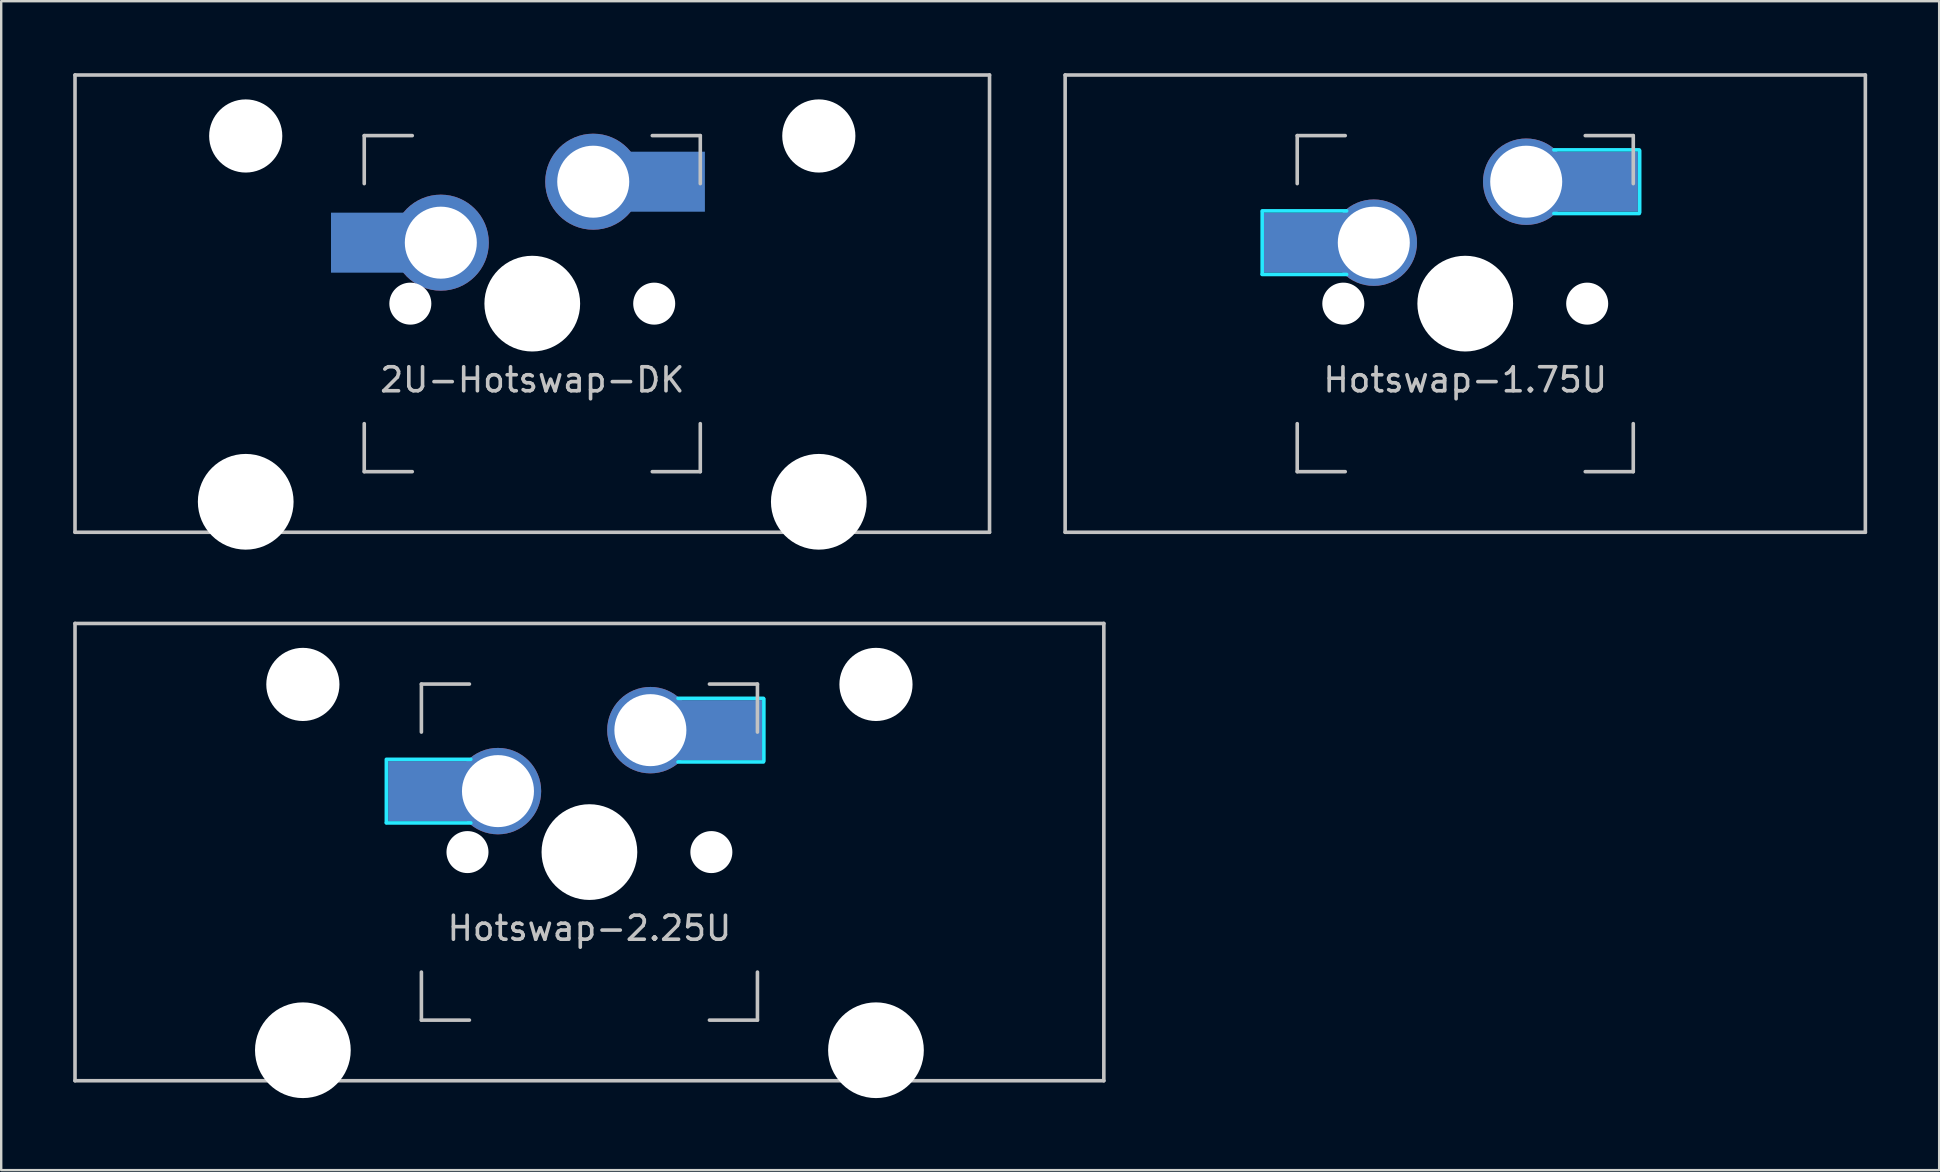
<source format=kicad_pcb>
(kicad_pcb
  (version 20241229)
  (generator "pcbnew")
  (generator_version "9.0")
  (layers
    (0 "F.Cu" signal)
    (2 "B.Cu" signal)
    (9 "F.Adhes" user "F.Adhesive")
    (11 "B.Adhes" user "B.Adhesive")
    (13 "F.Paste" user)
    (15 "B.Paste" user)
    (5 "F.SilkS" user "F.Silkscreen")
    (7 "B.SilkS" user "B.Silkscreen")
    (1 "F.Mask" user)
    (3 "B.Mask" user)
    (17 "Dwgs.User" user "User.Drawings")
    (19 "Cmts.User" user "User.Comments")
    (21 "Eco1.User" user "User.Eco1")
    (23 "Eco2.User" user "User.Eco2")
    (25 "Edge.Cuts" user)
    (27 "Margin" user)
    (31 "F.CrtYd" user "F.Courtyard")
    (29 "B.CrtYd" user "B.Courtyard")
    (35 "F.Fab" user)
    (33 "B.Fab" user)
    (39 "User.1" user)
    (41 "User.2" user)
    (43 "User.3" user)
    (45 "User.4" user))
  (footprint "2U-Hotswap-DK"
    (layer "F.Cu")
    (at 19.125 9.6)
    (property "Reference" "2U-Hotswap-DK" (at 0 3.175 0) (layer "Dwgs.User") (effects (font (size 1 1) (thickness 0.15))))
    (fp_line (start -19.05 -9.525) (end 19.05 -9.525) (stroke (width 0.15) (type solid)) (layer "Dwgs.User"))
    (fp_line (start -19.05 9.525) (end -19.05 -9.525) (stroke (width 0.15) (type solid)) (layer "Dwgs.User"))
    (fp_line (start -7 -7) (end -7 -5) (stroke (width 0.15) (type solid)) (layer "Dwgs.User"))
    (fp_line (start -7 5) (end -7 7) (stroke (width 0.15) (type solid)) (layer "Dwgs.User"))
    (fp_line (start -7 7) (end -5 7) (stroke (width 0.15) (type solid)) (layer "Dwgs.User"))
    (fp_line (start -5 -7) (end -7 -7) (stroke (width 0.15) (type solid)) (layer "Dwgs.User"))
    (fp_line (start 5 -7) (end 7 -7) (stroke (width 0.15) (type solid)) (layer "Dwgs.User"))
    (fp_line (start 5 7) (end 7 7) (stroke (width 0.15) (type solid)) (layer "Dwgs.User"))
    (fp_line (start 7 -7) (end 7 -5) (stroke (width 0.15) (type solid)) (layer "Dwgs.User"))
    (fp_line (start 7 7) (end 7 5) (stroke (width 0.15) (type solid)) (layer "Dwgs.User"))
    (fp_line (start 19.05 -9.525) (end 19.05 9.525) (stroke (width 0.15) (type solid)) (layer "Dwgs.User"))
    (fp_line (start 19.05 9.525) (end -19.05 9.525) (stroke (width 0.15) (type solid)) (layer "Dwgs.User"))
    (pad "" np_thru_hole circle (at -11.938 -6.985) (size 3.048 3.048) (drill 3.048) (layers "*.Cu" "*.Mask"))
    (pad "" np_thru_hole circle (at -11.938 8.255) (size 3.988 3.988) (drill 3.988) (layers "*.Cu" "*.Mask"))
    (pad "" smd rect (at -7.085 -2.54) (size 2.55 2.5) (layers "B.Mask" "B.Paste"))
    (pad "" np_thru_hole circle (at -5.08 0 48.1) (size 1.75 1.75) (drill 1.75) (layers "*.Cu" "*.Mask"))
    (pad "" np_thru_hole circle (at 0 0) (size 3.988 3.988) (drill 3.988) (layers "*.Cu" "*.Mask"))
    (pad "" np_thru_hole circle (at 5.08 0 48.1) (size 1.75 1.75) (drill 1.75) (layers "*.Cu" "*.Mask"))
    (pad "" smd rect (at 5.842 -5.08) (size 2.55 2.5) (layers "B.Mask" "B.Paste"))
    (pad "" np_thru_hole circle (at 11.938 -6.985) (size 3.048 3.048) (drill 3.048) (layers "*.Cu" "*.Mask"))
    (pad "" np_thru_hole circle (at 11.938 8.255) (size 3.988 3.988) (drill 3.988) (layers "*.Cu" "*.Mask"))
    (pad "1" thru_hole circle (at 2.54 -5.08) (size 4 4) (drill 3) (layers "*.Cu"))
    (pad "1" smd rect (at 5.442 -5.08) (size 3.5 2.5) (layers "B.Cu"))
    (pad "2" smd rect (at -6.635 -2.54) (size 3.5 2.5) (layers "B.Cu"))
    (pad "2" thru_hole circle (at -3.81 -2.54) (size 4 4) (drill 3) (layers "*.Cu")))
  (footprint "Hotswap-2.25U"
    (layer "F.Cu")
    (at 21.506 32.449)
    (property "Reference" "Hotswap-2.25U" (at 0 3.175 0) (layer "Dwgs.User") (effects (font (size 1 1) (thickness 0.15))))
    (fp_line (start -21.431 -9.525) (end 21.431 -9.525) (stroke (width 0.15) (type solid)) (layer "Dwgs.User"))
    (fp_line (start -21.431 9.525) (end -21.431 -9.525) (stroke (width 0.15) (type solid)) (layer "Dwgs.User"))
    (fp_line (start -7 -7) (end -7 -5) (stroke (width 0.15) (type solid)) (layer "Dwgs.User"))
    (fp_line (start -7 5) (end -7 7) (stroke (width 0.15) (type solid)) (layer "Dwgs.User"))
    (fp_line (start -7 7) (end -5 7) (stroke (width 0.15) (type solid)) (layer "Dwgs.User"))
    (fp_line (start -5 -7) (end -7 -7) (stroke (width 0.15) (type solid)) (layer "Dwgs.User"))
    (fp_line (start 5 -7) (end 7 -7) (stroke (width 0.15) (type solid)) (layer "Dwgs.User"))
    (fp_line (start 5 7) (end 7 7) (stroke (width 0.15) (type solid)) (layer "Dwgs.User"))
    (fp_line (start 7 -7) (end 7 -5) (stroke (width 0.15) (type solid)) (layer "Dwgs.User"))
    (fp_line (start 7 7) (end 7 5) (stroke (width 0.15) (type solid)) (layer "Dwgs.User"))
    (fp_line (start 21.431 -9.525) (end 21.431 9.525) (stroke (width 0.15) (type solid)) (layer "Dwgs.User"))
    (fp_line (start 21.431 9.525) (end -21.431 9.525) (stroke (width 0.15) (type solid)) (layer "Dwgs.User"))
    (fp_line (start -8.46 -3.81) (end -8.46 -1.23) (stroke (width 0.15) (type solid)) (layer "B.CrtYd"))
    (fp_line (start -4.942 -3.865) (end -8.46 -3.865) (stroke (width 0.15) (type solid)) (layer "B.CrtYd"))
    (fp_line (start -4.942 -1.215) (end -8.46 -1.215) (stroke (width 0.15) (type solid)) (layer "B.CrtYd"))
    (fp_line (start 7.25 -6.405) (end 3.692 -6.405) (stroke (width 0.15) (type solid)) (layer "B.CrtYd"))
    (fp_line (start 7.25 -3.755) (end 3.692 -3.755) (stroke (width 0.15) (type solid)) (layer "B.CrtYd"))
    (fp_line (start 7.267 -6.375) (end 7.267 -3.8) (stroke (width 0.15) (type solid)) (layer "B.CrtYd"))
    (pad "" np_thru_hole circle (at -11.938 -6.985) (size 3.048 3.048) (drill 3.048) (layers "*.Cu" "*.Mask"))
    (pad "" np_thru_hole circle (at -11.938 8.255) (size 3.988 3.988) (drill 3.988) (layers "*.Cu" "*.Mask"))
    (pad "" np_thru_hole circle (at -5.08 0 48.1) (size 1.75 1.75) (drill 1.75) (layers "*.Cu" "*.Mask"))
    (pad "" np_thru_hole circle (at 0 0) (size 3.988 3.988) (drill 3.988) (layers "*.Cu" "*.Mask"))
    (pad "" np_thru_hole circle (at 5.08 0 48.1) (size 1.75 1.75) (drill 1.75) (layers "*.Cu" "*.Mask"))
    (pad "" np_thru_hole circle (at 11.938 -6.985) (size 3.048 3.048) (drill 3.048) (layers "*.Cu" "*.Mask"))
    (pad "" np_thru_hole circle (at 11.938 8.255) (size 3.988 3.988) (drill 3.988) (layers "*.Cu" "*.Mask"))
    (pad "1" thru_hole circle (at 2.54 -5.08) (size 3.6 3.6) (drill 3) (layers "*.Cu" "*.Mask"))
    (pad "1" smd rect (at 5.442 -5.08) (size 3.5 2.5) (layers "B.Cu" "B.Mask" "B.Paste"))
    (pad "2" smd rect (at -6.635 -2.54) (size 3.5 2.5) (layers "B.Cu" "B.Mask" "B.Paste"))
    (pad "2" thru_hole circle (at -3.81 -2.54) (size 3.6 3.6) (drill 3) (layers "*.Cu" "*.Mask")))
  (footprint "Hotswap-1.75U"
    (layer "F.Cu")
    (at 57.994 9.6)
    (property "Reference" "Hotswap-1.75U" (at 0 3.175 0) (layer "Dwgs.User") (effects (font (size 1 1) (thickness 0.15))))
    (fp_line (start -16.669 -9.525) (end 16.669 -9.525) (stroke (width 0.15) (type solid)) (layer "Dwgs.User"))
    (fp_line (start -16.669 9.525) (end -16.669 -9.525) (stroke (width 0.15) (type solid)) (layer "Dwgs.User"))
    (fp_line (start -7 -7) (end -7 -5) (stroke (width 0.15) (type solid)) (layer "Dwgs.User"))
    (fp_line (start -7 5) (end -7 7) (stroke (width 0.15) (type solid)) (layer "Dwgs.User"))
    (fp_line (start -7 7) (end -5 7) (stroke (width 0.15) (type solid)) (layer "Dwgs.User"))
    (fp_line (start -5 -7) (end -7 -7) (stroke (width 0.15) (type solid)) (layer "Dwgs.User"))
    (fp_line (start 5 -7) (end 7 -7) (stroke (width 0.15) (type solid)) (layer "Dwgs.User"))
    (fp_line (start 5 7) (end 7 7) (stroke (width 0.15) (type solid)) (layer "Dwgs.User"))
    (fp_line (start 7 -7) (end 7 -5) (stroke (width 0.15) (type solid)) (layer "Dwgs.User"))
    (fp_line (start 7 7) (end 7 5) (stroke (width 0.15) (type solid)) (layer "Dwgs.User"))
    (fp_line (start 16.669 -9.525) (end 16.669 9.525) (stroke (width 0.15) (type solid)) (layer "Dwgs.User"))
    (fp_line (start 16.669 9.525) (end -16.669 9.525) (stroke (width 0.15) (type solid)) (layer "Dwgs.User"))
    (fp_line (start -8.46 -3.81) (end -8.46 -1.23) (stroke (width 0.15) (type solid)) (layer "B.CrtYd"))
    (fp_line (start -4.942 -3.865) (end -8.46 -3.865) (stroke (width 0.15) (type solid)) (layer "B.CrtYd"))
    (fp_line (start -4.942 -1.215) (end -8.46 -1.215) (stroke (width 0.15) (type solid)) (layer "B.CrtYd"))
    (fp_line (start 7.25 -6.405) (end 3.692 -6.405) (stroke (width 0.15) (type solid)) (layer "B.CrtYd"))
    (fp_line (start 7.25 -3.755) (end 3.692 -3.755) (stroke (width 0.15) (type solid)) (layer "B.CrtYd"))
    (fp_line (start 7.267 -6.375) (end 7.267 -3.8) (stroke (width 0.15) (type solid)) (layer "B.CrtYd"))
    (pad "" np_thru_hole circle (at -5.08 0 48.1) (size 1.75 1.75) (drill 1.75) (layers "*.Cu" "*.Mask"))
    (pad "" np_thru_hole circle (at 0 0) (size 3.988 3.988) (drill 3.988) (layers "*.Cu" "*.Mask"))
    (pad "" np_thru_hole circle (at 5.08 0 48.1) (size 1.75 1.75) (drill 1.75) (layers "*.Cu" "*.Mask"))
    (pad "1" thru_hole circle (at 2.54 -5.08) (size 3.6 3.6) (drill 3) (layers "*.Cu" "*.Mask"))
    (pad "1" smd rect (at 5.442 -5.08) (size 3.5 2.5) (layers "B.Cu" "B.Mask" "B.Paste"))
    (pad "2" smd rect (at -6.635 -2.54) (size 3.5 2.5) (layers "B.Cu" "B.Mask" "B.Paste"))
    (pad "2" thru_hole circle (at -3.81 -2.54) (size 3.6 3.6) (drill 3) (layers "*.Cu" "*.Mask")))
  (gr_rect
    (start -3 -3)
    (end 77.738 45.698)
    (stroke (width 0.1) (type default))
    (fill no)
    (layer "Edge.Cuts")))
</source>
